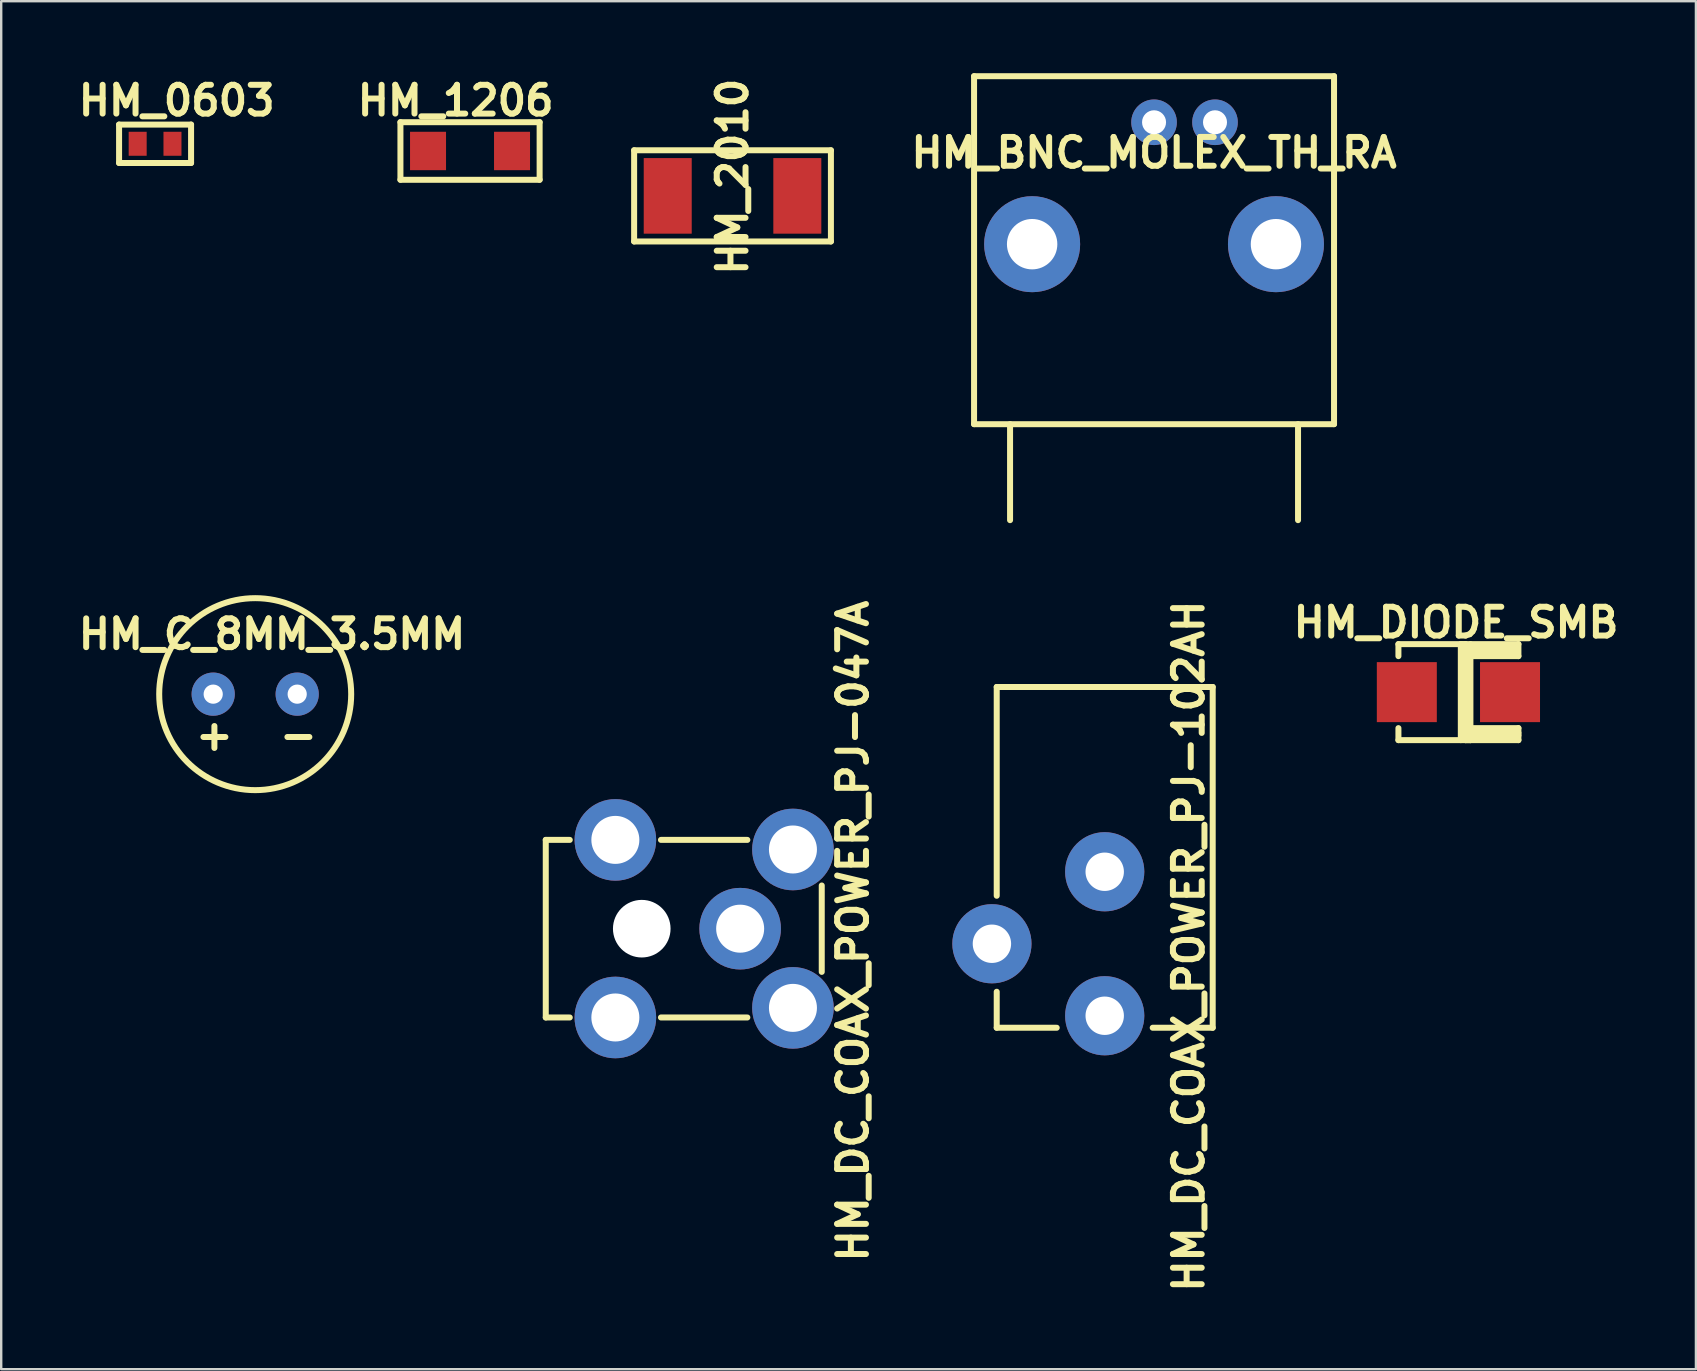
<source format=kicad_pcb>
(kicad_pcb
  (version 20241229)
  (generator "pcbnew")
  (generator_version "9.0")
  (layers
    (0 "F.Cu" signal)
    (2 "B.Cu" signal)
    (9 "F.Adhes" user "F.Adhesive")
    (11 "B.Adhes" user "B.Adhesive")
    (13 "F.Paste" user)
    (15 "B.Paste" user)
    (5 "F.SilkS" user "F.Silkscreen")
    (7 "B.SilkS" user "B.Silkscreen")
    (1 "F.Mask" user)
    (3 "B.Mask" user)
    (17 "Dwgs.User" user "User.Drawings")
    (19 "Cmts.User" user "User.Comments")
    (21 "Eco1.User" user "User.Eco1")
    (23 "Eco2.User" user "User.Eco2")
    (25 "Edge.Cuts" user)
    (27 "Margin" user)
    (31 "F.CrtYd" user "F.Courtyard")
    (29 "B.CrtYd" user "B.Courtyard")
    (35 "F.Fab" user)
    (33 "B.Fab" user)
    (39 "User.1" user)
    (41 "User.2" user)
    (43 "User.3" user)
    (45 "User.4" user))
  (footprint "HM_BNC_MOLEX_TH_RA"
    (layer "F.Cu")
    (at 45.039 7.125)
    (property "Reference" "HM_BNC_MOLEX_TH_RA" (at 0 -3.81 0) (layer "F.SilkS") (effects (font (size 1.2 1.2) (thickness 0.25))))
    (attr through_hole)
    (fp_line (start -7.5 -7) (end 7.5 -7) (stroke (width 0.25) (type solid)) (layer "F.SilkS"))
    (fp_line (start -7.5 7.5) (end -7.5 -7) (stroke (width 0.25) (type solid)) (layer "F.SilkS"))
    (fp_line (start -6 7.5) (end -6 11.5) (stroke (width 0.25) (type solid)) (layer "F.SilkS"))
    (fp_line (start 6 7.5) (end 6 11.5) (stroke (width 0.25) (type solid)) (layer "F.SilkS"))
    (fp_line (start 7.5 -7) (end 7.5 7.5) (stroke (width 0.25) (type solid)) (layer "F.SilkS"))
    (fp_line (start 7.5 7.5) (end -7.5 7.5) (stroke (width 0.25) (type solid)) (layer "F.SilkS"))
    (pad "INNER" thru_hole circle (at 0 -5.08) (size 1.9 1.9) (drill 1) (layers "*.Cu" "*.Mask"))
    (pad "POST0" thru_hole circle (at -5.08 0) (size 4 4) (drill 2.1) (layers "*.Cu" "*.Mask"))
    (pad "POST1" thru_hole circle (at 5.08 0) (size 4 4) (drill 2.1) (layers "*.Cu" "*.Mask"))
    (pad "SHIELD" thru_hole circle (at 2.54 -5.08) (size 1.9 1.9) (drill 1) (layers "*.Cu" "*.Mask")))
  (footprint "HM_0603"
    (layer "F.Cu")
    (at 3.412 2.941)
    (property "Reference" "HM_0603" (at 0.9 -1.8 0) (layer "F.SilkS") (effects (font (size 1.2 1.2) (thickness 0.25))))
    (attr through_hole)
    (fp_line (start -1.5 -0.8) (end 1.5 -0.8) (stroke (width 0.25) (type solid)) (layer "F.SilkS"))
    (fp_line (start -1.5 0.8) (end -1.5 -0.8) (stroke (width 0.25) (type solid)) (layer "F.SilkS"))
    (fp_line (start 1.5 -0.8) (end 1.5 0.8) (stroke (width 0.25) (type solid)) (layer "F.SilkS"))
    (fp_line (start 1.5 0.8) (end -1.5 0.8) (stroke (width 0.25) (type solid)) (layer "F.SilkS"))
    (pad "1" smd rect (at -0.725 0) (size 0.75 1) (layers "F.Cu" "F.Mask" "F.Paste"))
    (pad "2" smd rect (at 0.725 0) (size 0.75 1) (layers "F.Cu" "F.Mask" "F.Paste")))
  (footprint "HM_2010"
    (layer "F.Cu")
    (at 27.474 5.112)
    (property "Reference" "HM_2010" (at 0 -0.8 90) (layer "F.SilkS") (effects (font (size 1.2 1.2) (thickness 0.25))))
    (attr smd)
    (fp_line (start -4.1 -1.9) (end 4.1 -1.9) (stroke (width 0.25) (type solid)) (layer "F.SilkS"))
    (fp_line (start -4.1 1.9) (end -4.1 -1.9) (stroke (width 0.25) (type solid)) (layer "F.SilkS"))
    (fp_line (start 4.1 -1.9) (end 4.1 1.9) (stroke (width 0.25) (type solid)) (layer "F.SilkS"))
    (fp_line (start 4.1 1.9) (end -4.1 1.9) (stroke (width 0.25) (type solid)) (layer "F.SilkS"))
    (pad "1" smd rect (at -2.7 0) (size 2 3.15) (layers "F.Cu" "F.Mask" "F.Paste"))
    (pad "2" smd rect (at 2.7 0) (size 2 3.15) (layers "F.Cu" "F.Mask" "F.Paste")))
  (footprint "HM_DC_COAX_POWER_PJ-102AH"
    (layer "F.Cu")
    (at 42.983 36.276)
    (property "Reference" "HM_DC_COAX_POWER_PJ-102AH" (at 3.5 0.1 90) (layer "F.SilkS") (effects (font (size 1.2 1.2) (thickness 0.25))))
    (attr through_hole)
    (fp_line (start -4.5 -10.7) (end 4.5 -10.7) (stroke (width 0.25) (type solid)) (layer "F.SilkS"))
    (fp_line (start -4.5 -2) (end -4.5 -10.7) (stroke (width 0.25) (type solid)) (layer "F.SilkS"))
    (fp_line (start -4.5 3.5) (end -4.5 2) (stroke (width 0.25) (type solid)) (layer "F.SilkS"))
    (fp_line (start -2 3.5) (end -4.5 3.5) (stroke (width 0.25) (type solid)) (layer "F.SilkS"))
    (fp_line (start 4.5 -10.7) (end 4.5 3.5) (stroke (width 0.25) (type solid)) (layer "F.SilkS"))
    (fp_line (start 4.5 3.5) (end 2 3.5) (stroke (width 0.25) (type solid)) (layer "F.SilkS"))
    (pad "1" thru_hole circle (at 0 3) (size 3.3 3.3) (drill 1.6) (layers "*.Cu" "*.Mask"))
    (pad "2" thru_hole circle (at 0 -3) (size 3.3 3.3) (drill 1.6) (layers "*.Cu" "*.Mask"))
    (pad "3" thru_hole circle (at -4.7 0) (size 3.3 3.3) (drill 1.6) (layers "*.Cu" "*.Mask")))
  (footprint "HM_DIODE_SMB"
    (layer "F.Cu")
    (at 57.722 25.791)
    (property "Reference" "HM_DIODE_SMB" (at -0.1 -2.9 0) (layer "F.SilkS") (effects (font (size 1.2 1.2) (thickness 0.25))))
    (attr smd)
    (fp_line (start -2.5 -2) (end -2.5 -1.5) (stroke (width 0.25) (type solid)) (layer "F.SilkS"))
    (fp_line (start -2.5 2) (end -2.5 1.5) (stroke (width 0.25) (type solid)) (layer "F.SilkS"))
    (fp_line (start -2.5 2) (end 2.5 2) (stroke (width 0.25) (type solid)) (layer "F.SilkS"))
    (fp_line (start 0.1 -2) (end 0.1 2) (stroke (width 0.25) (type solid)) (layer "F.SilkS"))
    (fp_line (start 0.3 -2) (end 0.1 -2) (stroke (width 0.25) (type solid)) (layer "F.SilkS"))
    (fp_line (start 0.3 2) (end 0.3 -2) (stroke (width 0.25) (type solid)) (layer "F.SilkS"))
    (fp_line (start 0.4 -1.5) (end 0.4 -1.7) (stroke (width 0.25) (type solid)) (layer "F.SilkS"))
    (fp_line (start 0.4 1.5) (end 0.4 1.6) (stroke (width 0.25) (type solid)) (layer "F.SilkS"))
    (fp_line (start 0.4 1.6) (end 2.5 1.7) (stroke (width 0.25) (type solid)) (layer "F.SilkS"))
    (fp_line (start 0.5 -2) (end 0.5 2) (stroke (width 0.25) (type solid)) (layer "F.SilkS"))
    (fp_line (start 0.5 -1.8) (end 2.4 -1.8) (stroke (width 0.25) (type solid)) (layer "F.SilkS"))
    (fp_line (start 0.5 1.8) (end 2.5 1.8) (stroke (width 0.25) (type solid)) (layer "F.SilkS"))
    (fp_line (start 0.5 2) (end 0.3 2) (stroke (width 0.25) (type solid)) (layer "F.SilkS"))
    (fp_line (start 2.4 -1.7) (end 0.6 -1.7) (stroke (width 0.25) (type solid)) (layer "F.SilkS"))
    (fp_line (start 2.5 -2) (end -2.5 -2) (stroke (width 0.25) (type solid)) (layer "F.SilkS"))
    (fp_line (start 2.5 -2) (end 2.5 -1.5) (stroke (width 0.25) (type solid)) (layer "F.SilkS"))
    (fp_line (start 2.5 -1.5) (end 0.4 -1.5) (stroke (width 0.25) (type solid)) (layer "F.SilkS"))
    (fp_line (start 2.5 1.5) (end 0.4 1.5) (stroke (width 0.25) (type solid)) (layer "F.SilkS"))
    (fp_line (start 2.5 2) (end 2.5 1.5) (stroke (width 0.25) (type solid)) (layer "F.SilkS"))
    (pad "A" smd rect (at -2.15 0) (size 2.5 2.5) (layers "F.Cu" "F.Mask" "F.Paste"))
    (pad "K" smd rect (at 2.15 0) (size 2.5 2.5) (layers "F.Cu" "F.Mask" "F.Paste")))
  (footprint "HM_DC_COAX_POWER_PJ-047A"
    (layer "F.Cu")
    (at 29.992 35.648)
    (property "Reference" "HM_DC_COAX_POWER_PJ-047A" (at 2.5 0.1 90) (layer "F.SilkS") (effects (font (size 1.2 1.2) (thickness 0.25))))
    (attr through_hole)
    (fp_line (start -10.3 -3.7) (end -10.3 3.7) (stroke (width 0.25) (type solid)) (layer "F.SilkS"))
    (fp_line (start -10.3 -3.7) (end -9.3 -3.7) (stroke (width 0.25) (type solid)) (layer "F.SilkS"))
    (fp_line (start -10.3 3.7) (end -9.3 3.7) (stroke (width 0.25) (type solid)) (layer "F.SilkS"))
    (fp_line (start -5.5 -3.7) (end -1.9 -3.7) (stroke (width 0.25) (type solid)) (layer "F.SilkS"))
    (fp_line (start -5.5 3.7) (end -1.9 3.7) (stroke (width 0.25) (type solid)) (layer "F.SilkS"))
    (fp_line (start 1.2 -1.8) (end 1.2 1.8) (stroke (width 0.25) (type solid)) (layer "F.SilkS"))
    (pad "" np_thru_hole circle (at -6.3 0) (size 2.4 2.4) (drill 2.4) (layers "*.Cu" "*.Mask"))
    (pad "1" thru_hole circle (at 0 3.3) (size 3.4 3.4) (drill 2) (layers "*.Cu" "*.Mask"))
    (pad "2" thru_hole circle (at -2.2 0) (size 3.4 3.4) (drill 2) (layers "*.Cu" "*.Mask"))
    (pad "3" thru_hole circle (at 0 -3.3) (size 3.4 3.4) (drill 2) (layers "*.Cu" "*.Mask"))
    (pad "S1" thru_hole circle (at -7.4 -3.7) (size 3.4 3.4) (drill 2) (layers "*.Cu" "*.Mask"))
    (pad "S2" thru_hole circle (at -7.4 3.7) (size 3.4 3.4) (drill 2) (layers "*.Cu" "*.Mask")))
  (footprint "HM_C_8MM_3.5MM"
    (layer "F.Cu")
    (at 7.584 25.875)
    (property "Reference" "HM_C_8MM_3.5MM" (at 0.7 -2.5 0) (layer "F.SilkS") (effects (font (size 1.2 1.2) (thickness 0.25))))
    (attr through_hole)
    (fp_circle (center 0 0) (end 4 0) (stroke (width 0.25) (type solid)) (fill no) (layer "F.SilkS"))
    (fp_text user "-" (at 1.8 1.7 0) (layer "F.SilkS") (effects (font (size 1.2 1.2) (thickness 0.25))))
    (fp_text user "+" (at -1.7 1.7 0) (layer "F.SilkS") (effects (font (size 1.2 1.2) (thickness 0.25))))
    (pad "1" thru_hole circle (at -1.75 0) (size 1.8 1.8) (drill 0.8) (layers "*.Cu" "*.Mask"))
    (pad "2" thru_hole circle (at 1.75 0) (size 1.8 1.8) (drill 0.8) (layers "*.Cu" "*.Mask")))
  (footprint "HM_1206"
    (layer "F.Cu")
    (at 16.536 3.241)
    (property "Reference" "HM_1206" (at -0.6 -2.1 0) (layer "F.SilkS") (effects (font (size 1.2 1.2) (thickness 0.25))))
    (attr smd)
    (fp_line (start -2.9 -1.2) (end 2.9 -1.2) (stroke (width 0.25) (type solid)) (layer "F.SilkS"))
    (fp_line (start -2.9 1.2) (end -2.9 -1.2) (stroke (width 0.25) (type solid)) (layer "F.SilkS"))
    (fp_line (start 2.9 -1.2) (end 2.9 1.2) (stroke (width 0.25) (type solid)) (layer "F.SilkS"))
    (fp_line (start 2.9 1.2) (end -2.9 1.2) (stroke (width 0.25) (type solid)) (layer "F.SilkS"))
    (pad "1" smd rect (at -1.75 0) (size 1.5 1.6) (layers "F.Cu" "F.Mask" "F.Paste"))
    (pad "2" smd rect (at 1.75 0) (size 1.5 1.6) (layers "F.Cu" "F.Mask" "F.Paste")))
  (gr_rect
    (start -3 -3)
    (end 67.619 54.003)
    (stroke (width 0.1) (type default))
    (fill no)
    (layer "Edge.Cuts")))
</source>
